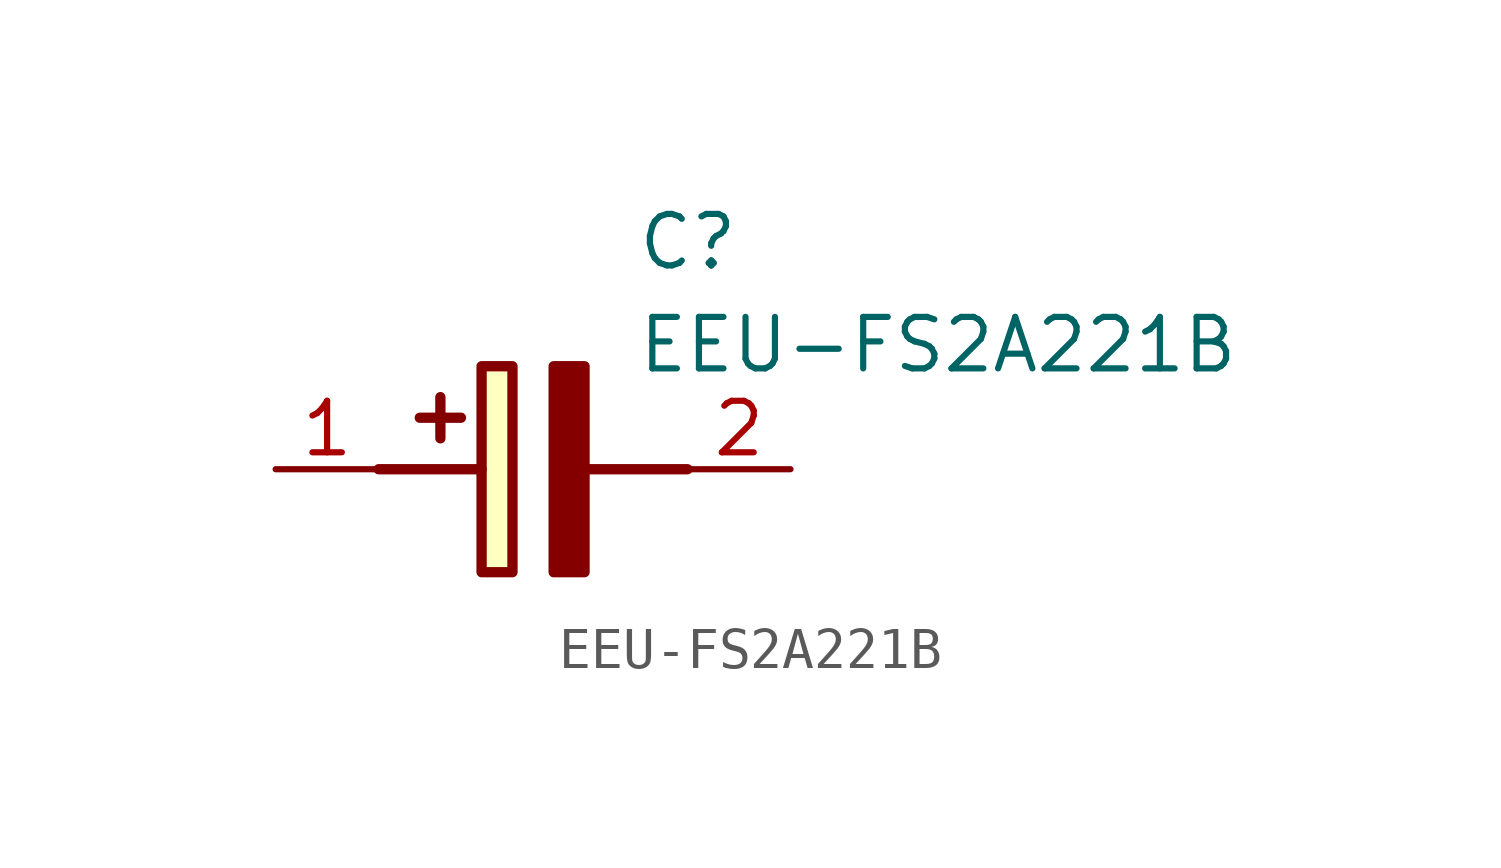
<source format=kicad_sym>
(kicad_symbol_lib
  (version 20211014)
  (generator SamacSys_ECAD_Model)
  (symbol "EEU-FS2A221B"
    (pin_names hide)
    (property "Reference" "C"
      (at 8.89 6.35 0)
      (effects (font (size 1.27 1.27)) (justify left top)))
    (property "Value" "EEU-FS2A221B"
      (at 8.89 3.81 0)
      (effects (font (size 1.27 1.27)) (justify left top)))
    (rectangle
      (start 5.08 2.54)
      (end 5.842 -2.54)
      (stroke (width 0.254) (type default))
      (fill (type background)))
    (polyline
      (pts (xy 4.572 1.27) (xy 3.556 1.27))
      (stroke (width 0.254) (type default))
      (fill (type none)))
    (polyline
      (pts (xy 4.064 1.778) (xy 4.064 0.762))
      (stroke (width 0.254) (type default))
      (fill (type none)))
    (polyline
      (pts (xy 2.54 0) (xy 5.08 0))
      (stroke (width 0.254) (type default))
      (fill (type none)))
    (polyline
      (pts (xy 7.62 0) (xy 10.16 0))
      (stroke (width 0.254) (type default))
      (fill (type none)))
    (polyline
      (pts (xy 7.62 2.54) (xy 7.62 -2.54) (xy 6.858 -2.54) (xy 6.858 2.54) (xy 7.62 2.54))
      (stroke (width 0.254) (type default))
      (fill (type outline)))
    (pin passive line
      (at 0 0 0)
      (length 2.54)
      (name "+" (effects (font (size 1.27 1.27))))
      (number "1" (effects (font (size 1.27 1.27)))))
    (pin passive line
      (at 12.7 0 180)
      (length 2.54)
      (name "-" (effects (font (size 1.27 1.27))))
      (number "2" (effects (font (size 1.27 1.27)))))))
</source>
